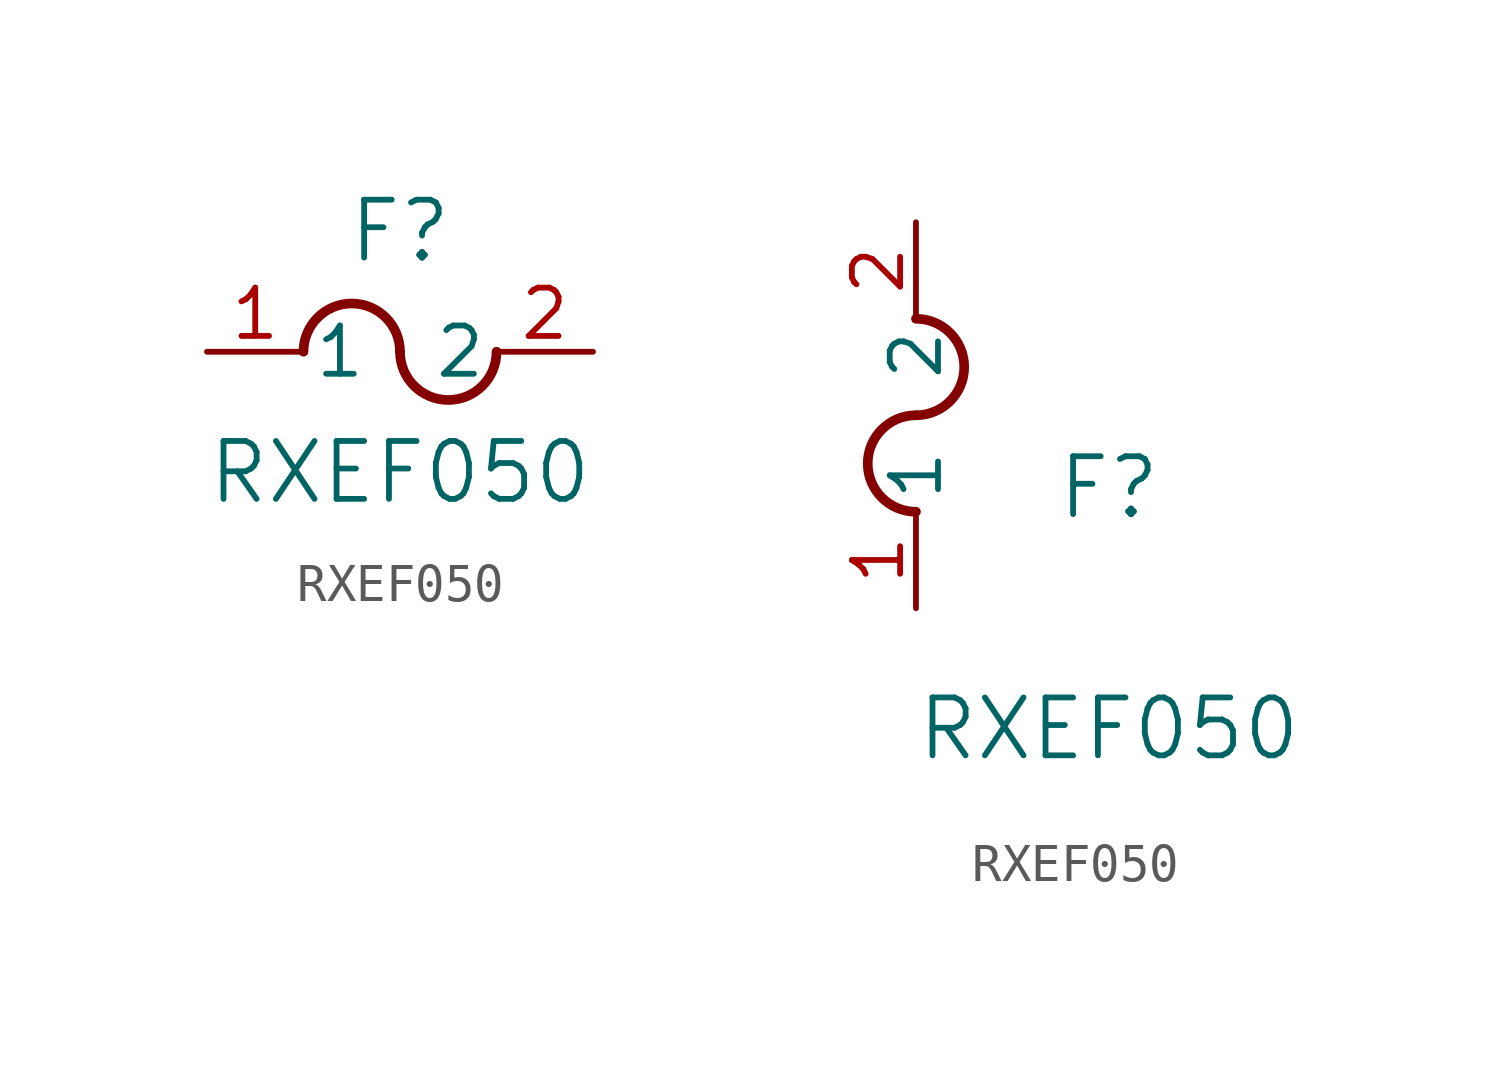
<source format=kicad_sym>
(kicad_symbol_lib
  (version 20211014)
  (generator kicad_symbol_editor)
  (symbol "RXEF050"
    (pin_names
      (offset 0.254))
    (property "Reference" "F"
      (at 5.08 3.175 0)
      (effects (font (size 1.524 1.524))))
    (property "Value" "RXEF050"
      (at 5.08 -3.175 0)
      (effects (font (size 1.524 1.524))))
    (symbol "RXEF050_1_1"
      (arc (start 5.08 0) (mid 3.81 1.27) (end 2.54 0) (stroke (width 0.254) (type default) (color 0 0 0 0)) (fill (type none)))
      (arc (start 5.08 0) (mid 6.35 -1.27) (end 7.62 0) (stroke (width 0.254) (type default) (color 0 0 0 0)) (fill (type none)))
      (pin unspecified line (at 0 0 0) (length 2.54) (name "1" (effects (font (size 1.27 1.27)))) (number "1" (effects (font (size 1.27 1.27)))))
      (pin unspecified line (at 10.16 0 180) (length 2.54) (name "2" (effects (font (size 1.27 1.27)))) (number "2" (effects (font (size 1.27 1.27))))))
    (symbol "RXEF050_1_2"
      (arc (start 0 5.08) (mid -1.27 3.81) (end 0 2.54) (stroke (width 0.254) (type default) (color 0 0 0 0)) (fill (type none)))
      (arc (start 0 5.08) (mid 1.27 6.35) (end 0 7.62) (stroke (width 0.254) (type default) (color 0 0 0 0)) (fill (type none)))
      (pin unspecified line (at 0 0 90) (length 2.54) (name "1" (effects (font (size 1.27 1.27)))) (number "1" (effects (font (size 1.27 1.27)))))
      (pin unspecified line (at 0 10.16 270) (length 2.54) (name "2" (effects (font (size 1.27 1.27)))) (number "2" (effects (font (size 1.27 1.27))))))))
</source>
